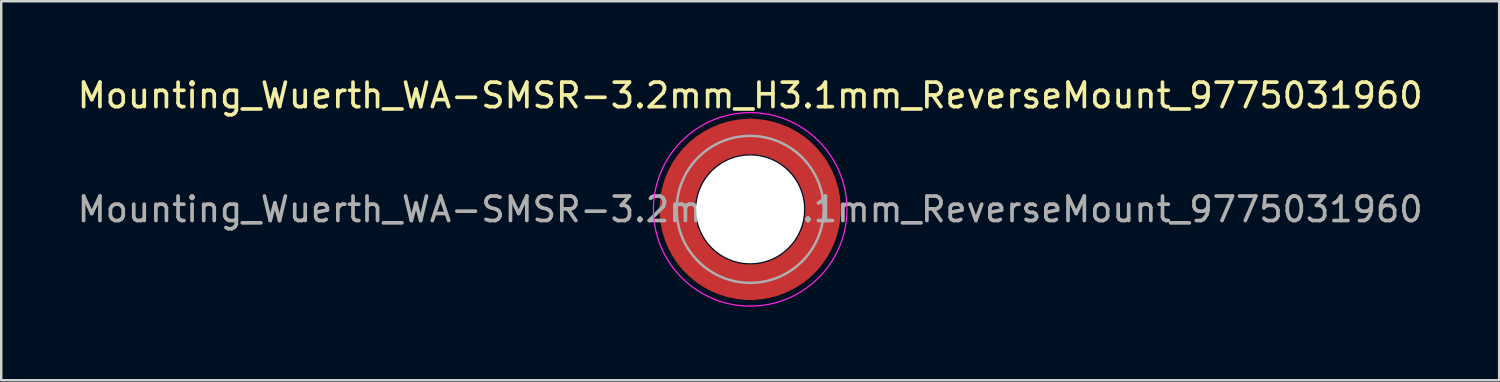
<source format=kicad_pcb>
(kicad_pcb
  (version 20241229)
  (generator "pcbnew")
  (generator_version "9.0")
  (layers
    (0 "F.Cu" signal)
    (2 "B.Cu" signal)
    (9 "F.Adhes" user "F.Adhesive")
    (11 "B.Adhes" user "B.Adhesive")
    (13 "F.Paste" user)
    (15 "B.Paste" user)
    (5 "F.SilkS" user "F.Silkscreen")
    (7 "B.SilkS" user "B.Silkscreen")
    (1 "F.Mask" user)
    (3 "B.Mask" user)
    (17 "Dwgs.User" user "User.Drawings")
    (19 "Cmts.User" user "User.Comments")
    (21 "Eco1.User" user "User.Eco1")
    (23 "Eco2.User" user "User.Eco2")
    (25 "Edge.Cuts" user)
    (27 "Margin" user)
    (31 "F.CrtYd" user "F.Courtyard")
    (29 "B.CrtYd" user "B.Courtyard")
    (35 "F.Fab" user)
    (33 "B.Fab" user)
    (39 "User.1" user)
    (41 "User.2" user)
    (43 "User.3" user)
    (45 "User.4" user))
  (footprint "Mounting_Wuerth_WA-SMSR-3.2mm_H3.1mm_ReverseMount_9775031960"
    (layer "F.Cu")
    (at 27.577 5.498)
    (property "Reference" "Mounting_Wuerth_WA-SMSR-3.2mm_H3.1mm_ReverseMount_9775031960" (at 0 -4.65 0) (layer "F.SilkS") (effects (font (size 1 1) (thickness 0.15))))
    (attr smd)
    (fp_circle (center 0 0) (end 3.95 0) (stroke (width 0.05) (type solid)) (fill no) (layer "F.CrtYd"))
    (fp_circle (center 0 0) (end 3 0) (stroke (width 0.1) (type solid)) (fill no) (layer "F.Fab"))
    (fp_text user "${REFERENCE}" (at 0 0 0) (layer "F.Fab") (effects (font (size 1 1) (thickness 0.15))))
    (pad "" smd custom (at -2.095 -2.095) (size 0.672 0.672) (layers "F.Paste") (options (anchor circle)) (primitives (gr_arc (start -0.24231 1.594804) (mid 0.404819 0.404819) (end 1.594804 -0.24231) (width 0.2)) (gr_arc (start -0.3398 1.594804) (mid 0.337349 0.337349) (end 1.594804 -0.3398) (width 0.2)) (gr_arc (start -0.437132 1.594804) (mid 0.269879 0.269879) (end 1.594804 -0.437132) (width 0.2)) (gr_arc (start -0.534324 1.594804) (mid 0.202409 0.202409) (end 1.594804 -0.534324) (width 0.2)) (gr_arc (start -0.631391 1.594804) (mid 0.134939 0.134939) (end 1.594804 -0.631391) (width 0.2)) (gr_arc (start -0.728345 1.594804) (mid 0.06747 0.06747) (end 1.594804 -0.728345) (width 0.2)) (gr_arc (start -0.825197 1.594804) (mid 0 0) (end 1.594804 -0.825197) (width 0.2)) (gr_arc (start -0.921958 1.594804) (mid -0.067469 -0.067469) (end 1.594804 -0.921958) (width 0.2)) (gr_arc (start -1.018637 1.594804) (mid -0.13494 -0.13494) (end 1.594804 -1.018637) (width 0.2)) (gr_arc (start -1.115239 1.594804) (mid -0.202409 -0.202409) (end 1.594804 -1.115239) (width 0.2)) (gr_arc (start -1.211773 1.594804) (mid -0.269879 -0.269879) (end 1.594804 -1.211773) (width 0.2)) (gr_arc (start -1.308244 1.594804) (mid -0.337349 -0.337349) (end 1.594804 -1.308244) (width 0.2)) (gr_arc (start -1.404657 1.594804) (mid -0.404819 -0.404819) (end 1.594804 -1.404657) (width 0.2)) (gr_arc (start -1.404657 1.594804) (mid -0.404819 -0.404819) (end 1.594804 -1.404657) (width 0.2)) (gr_line (start 1.595 -0.242) (end 1.595 -1.405) (width 0.2)) (gr_line (start -0.242 1.595) (end -1.405 1.595) (width 0.2))))
    (pad "" smd custom (at -2.095 2.095) (size 0.672 0.672) (layers "F.Paste") (options (anchor circle)) (primitives (gr_arc (start 1.594804 0.24231) (mid 0.404819 -0.404819) (end -0.24231 -1.594804) (width 0.2)) (gr_arc (start 1.594804 0.3398) (mid 0.337349 -0.337349) (end -0.3398 -1.594804) (width 0.2)) (gr_arc (start 1.594804 0.437132) (mid 0.269879 -0.269879) (end -0.437132 -1.594804) (width 0.2)) (gr_arc (start 1.594804 0.534324) (mid 0.202409 -0.202409) (end -0.534324 -1.594804) (width 0.2)) (gr_arc (start 1.594804 0.631391) (mid 0.134939 -0.134939) (end -0.631391 -1.594804) (width 0.2)) (gr_arc (start 1.594804 0.728345) (mid 0.06747 -0.06747) (end -0.728345 -1.594804) (width 0.2)) (gr_arc (start 1.594804 0.825197) (mid 0 0) (end -0.825197 -1.594804) (width 0.2)) (gr_arc (start 1.594804 0.921958) (mid -0.067469 0.067469) (end -0.921958 -1.594804) (width 0.2)) (gr_arc (start 1.594804 1.018637) (mid -0.13494 0.13494) (end -1.018637 -1.594804) (width 0.2)) (gr_arc (start 1.594804 1.115239) (mid -0.202409 0.202409) (end -1.115239 -1.594804) (width 0.2)) (gr_arc (start 1.594804 1.211773) (mid -0.269879 0.269879) (end -1.211773 -1.594804) (width 0.2)) (gr_arc (start 1.594804 1.308244) (mid -0.337349 0.337349) (end -1.308244 -1.594804) (width 0.2)) (gr_arc (start 1.594804 1.404657) (mid -0.404819 0.404819) (end -1.404657 -1.594804) (width 0.2)) (gr_arc (start 1.594804 1.404657) (mid -0.404819 0.404819) (end -1.404657 -1.594804) (width 0.2)) (gr_line (start -0.242 -1.595) (end -1.405 -1.595) (width 0.2)) (gr_line (start 1.595 0.242) (end 1.595 1.405) (width 0.2))))
    (pad "" np_thru_hole circle (at 0 0) (size 4.4 4.4) (drill 4.4) (layers "*.Cu" "*.Mask"))
    (pad "" smd custom (at 2.095 -2.095) (size 0.672 0.672) (layers "F.Paste") (options (anchor circle)) (primitives (gr_arc (start -1.594804 -0.24231) (mid -0.404819 0.404819) (end 0.24231 1.594804) (width 0.2)) (gr_arc (start -1.594804 -0.3398) (mid -0.337349 0.337349) (end 0.3398 1.594804) (width 0.2)) (gr_arc (start -1.594804 -0.437132) (mid -0.269879 0.269879) (end 0.437132 1.594804) (width 0.2)) (gr_arc (start -1.594804 -0.534324) (mid -0.202409 0.202409) (end 0.534324 1.594804) (width 0.2)) (gr_arc (start -1.594804 -0.631391) (mid -0.134939 0.134939) (end 0.631391 1.594804) (width 0.2)) (gr_arc (start -1.594804 -0.728345) (mid -0.06747 0.06747) (end 0.728345 1.594804) (width 0.2)) (gr_arc (start -1.594804 -0.825197) (mid 0 0) (end 0.825197 1.594804) (width 0.2)) (gr_arc (start -1.594804 -0.921958) (mid 0.067469 -0.067469) (end 0.921958 1.594804) (width 0.2)) (gr_arc (start -1.594804 -1.018637) (mid 0.13494 -0.13494) (end 1.018637 1.594804) (width 0.2)) (gr_arc (start -1.594804 -1.115239) (mid 0.202409 -0.202409) (end 1.115239 1.594804) (width 0.2)) (gr_arc (start -1.594804 -1.211773) (mid 0.269879 -0.269879) (end 1.211773 1.594804) (width 0.2)) (gr_arc (start -1.594804 -1.308244) (mid 0.337349 -0.337349) (end 1.308244 1.594804) (width 0.2)) (gr_arc (start -1.594804 -1.404657) (mid 0.404819 -0.404819) (end 1.404657 1.594804) (width 0.2)) (gr_arc (start -1.594804 -1.404657) (mid 0.404819 -0.404819) (end 1.404657 1.594804) (width 0.2)) (gr_line (start 0.242 1.595) (end 1.405 1.595) (width 0.2)) (gr_line (start -1.595 -0.242) (end -1.595 -1.405) (width 0.2))))
    (pad "" smd custom (at 2.095 2.095) (size 0.672 0.672) (layers "F.Paste") (options (anchor circle)) (primitives (gr_arc (start 0.24231 -1.594804) (mid -0.404819 -0.404819) (end -1.594804 0.24231) (width 0.2)) (gr_arc (start 0.3398 -1.594804) (mid -0.337349 -0.337349) (end -1.594804 0.3398) (width 0.2)) (gr_arc (start 0.437132 -1.594804) (mid -0.269879 -0.269879) (end -1.594804 0.437132) (width 0.2)) (gr_arc (start 0.534324 -1.594804) (mid -0.202409 -0.202409) (end -1.594804 0.534324) (width 0.2)) (gr_arc (start 0.631391 -1.594804) (mid -0.134939 -0.134939) (end -1.594804 0.631391) (width 0.2)) (gr_arc (start 0.728345 -1.594804) (mid -0.06747 -0.06747) (end -1.594804 0.728345) (width 0.2)) (gr_arc (start 0.825197 -1.594804) (mid 0 0) (end -1.594804 0.825197) (width 0.2)) (gr_arc (start 0.921958 -1.594804) (mid 0.067469 0.067469) (end -1.594804 0.921958) (width 0.2)) (gr_arc (start 1.018637 -1.594804) (mid 0.13494 0.13494) (end -1.594804 1.018637) (width 0.2)) (gr_arc (start 1.115239 -1.594804) (mid 0.202409 0.202409) (end -1.594804 1.115239) (width 0.2)) (gr_arc (start 1.211773 -1.594804) (mid 0.269879 0.269879) (end -1.594804 1.211773) (width 0.2)) (gr_arc (start 1.308244 -1.594804) (mid 0.337349 0.337349) (end -1.594804 1.308244) (width 0.2)) (gr_arc (start 1.404657 -1.594804) (mid 0.404819 0.404819) (end -1.594804 1.404657) (width 0.2)) (gr_arc (start 1.404657 -1.594804) (mid 0.404819 0.404819) (end -1.594804 1.404657) (width 0.2)) (gr_line (start -1.595 0.242) (end -1.595 1.405) (width 0.2)) (gr_line (start 0.242 -1.595) (end 1.405 -1.595) (width 0.2))))
    (pad "1" smd circle (at -2.975 0) (size 1.45 1.45) (layers "F.Cu"))
    (pad "1" smd circle (at 0 -2.975) (size 1.45 1.45) (layers "F.Cu"))
    (pad "1" smd circle (at 0 2.975) (size 1.45 1.45) (layers "F.Cu"))
    (pad "1" smd custom (at 2.975 0) (size 1.45 1.45) (layers "F.Cu" "F.Mask") (options (anchor circle)) (primitives (gr_circle (center -2.975 0) (end 0 0) (width 1.45) (fill no)))))
  (gr_rect
    (start -3 -3)
    (end 58.155 12.473)
    (stroke (width 0.1) (type default))
    (fill no)
    (layer "Edge.Cuts")))
</source>
